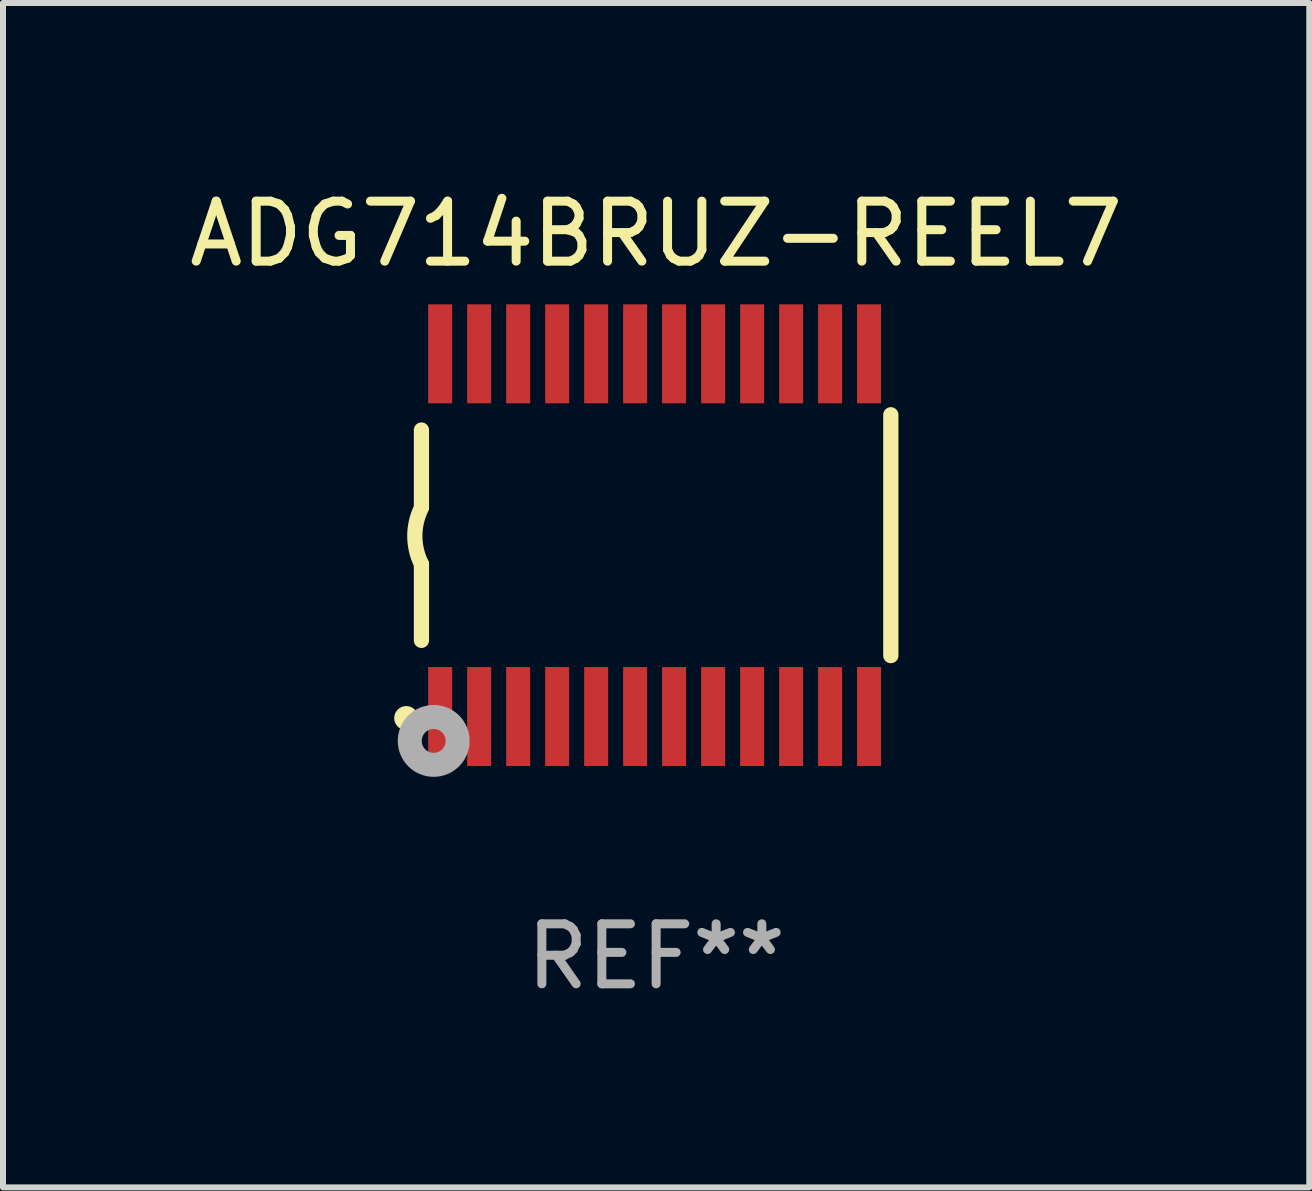
<source format=kicad_pcb>
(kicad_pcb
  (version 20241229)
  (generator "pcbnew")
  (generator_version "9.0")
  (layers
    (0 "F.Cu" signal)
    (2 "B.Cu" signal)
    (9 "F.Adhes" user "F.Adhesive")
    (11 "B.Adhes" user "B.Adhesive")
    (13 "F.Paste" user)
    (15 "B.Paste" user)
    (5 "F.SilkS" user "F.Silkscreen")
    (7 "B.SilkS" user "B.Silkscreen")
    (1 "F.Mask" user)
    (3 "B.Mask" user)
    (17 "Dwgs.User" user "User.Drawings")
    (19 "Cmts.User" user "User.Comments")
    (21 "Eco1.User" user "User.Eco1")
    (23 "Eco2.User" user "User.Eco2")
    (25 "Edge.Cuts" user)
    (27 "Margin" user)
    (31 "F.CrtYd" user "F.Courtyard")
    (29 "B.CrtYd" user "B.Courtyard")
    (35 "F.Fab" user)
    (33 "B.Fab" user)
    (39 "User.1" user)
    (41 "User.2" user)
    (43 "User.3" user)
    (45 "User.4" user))
  (footprint "ADG714BRUZ-REEL7"
    (layer "F.Cu")
    (at 7.887 5.871)
    (property "Reference" "ADG714BRUZ-REEL7" (at 0 -5.023 0) (layer "F.SilkS") (effects (font (size 1 1) (thickness 0.15))))
    (attr through_hole)
    (fp_line (start -3.912 -0.483) (end -3.912 -1.753) (stroke (width 0.254) (type solid)) (layer "F.SilkS"))
    (fp_line (start -3.912 1.753) (end -3.912 0.483) (stroke (width 0.254) (type solid)) (layer "F.SilkS"))
    (fp_line (start 3.912 -2.007) (end 3.912 2.007) (stroke (width 0.254) (type solid)) (layer "F.SilkS"))
    (fp_arc (start -3.911608 0.482601) (mid -4.022537 0.0127) (end -3.911608 -0.457201) (stroke (width 0.254001) (type solid)) (layer "F.SilkS"))
    (fp_circle (center -4.166 3.048) (end -4.066 3.048) (stroke (width 0.2) (type solid)) (fill no) (layer "F.SilkS"))
    (fp_circle (center -3.925 3.186) (end -3.895 3.186) (stroke (width 0.06) (type solid)) (fill no) (layer "F.SilkS"))
    (fp_circle (center -3.708 3.429) (end -3.509 3.429) (stroke (width 0.4) (type solid)) (fill no) (layer "F.Fab"))
    (fp_text user "REF**" (at 0 7.023 0) (layer "F.Fab") (effects (font (size 1 1) (thickness 0.15))))
    (pad "1" smd rect (at -3.6 3.023) (size 0.4 1.65) (layers "F.Cu" "F.Mask" "F.Paste"))
    (pad "2" smd rect (at -2.95 3.023) (size 0.4 1.65) (layers "F.Cu" "F.Mask" "F.Paste"))
    (pad "3" smd rect (at -2.3 3.023) (size 0.4 1.65) (layers "F.Cu" "F.Mask" "F.Paste"))
    (pad "4" smd rect (at -1.65 3.023) (size 0.4 1.65) (layers "F.Cu" "F.Mask" "F.Paste"))
    (pad "5" smd rect (at -1 3.023) (size 0.4 1.65) (layers "F.Cu" "F.Mask" "F.Paste"))
    (pad "6" smd rect (at -0.35 3.023) (size 0.4 1.65) (layers "F.Cu" "F.Mask" "F.Paste"))
    (pad "7" smd rect (at 0.299 3.023) (size 0.4 1.65) (layers "F.Cu" "F.Mask" "F.Paste"))
    (pad "8" smd rect (at 0.95 3.023) (size 0.4 1.65) (layers "F.Cu" "F.Mask" "F.Paste"))
    (pad "9" smd rect (at 1.6 3.023) (size 0.4 1.65) (layers "F.Cu" "F.Mask" "F.Paste"))
    (pad "10" smd rect (at 2.25 3.023) (size 0.4 1.65) (layers "F.Cu" "F.Mask" "F.Paste"))
    (pad "11" smd rect (at 2.9 3.023) (size 0.4 1.65) (layers "F.Cu" "F.Mask" "F.Paste"))
    (pad "12" smd rect (at 3.549 3.023) (size 0.4 1.65) (layers "F.Cu" "F.Mask" "F.Paste"))
    (pad "13" smd rect (at 3.549 -3.023) (size 0.4 1.65) (layers "F.Cu" "F.Mask" "F.Paste"))
    (pad "14" smd rect (at 2.9 -3.023) (size 0.4 1.65) (layers "F.Cu" "F.Mask" "F.Paste"))
    (pad "15" smd rect (at 2.25 -3.023) (size 0.4 1.65) (layers "F.Cu" "F.Mask" "F.Paste"))
    (pad "16" smd rect (at 1.6 -3.023) (size 0.4 1.65) (layers "F.Cu" "F.Mask" "F.Paste"))
    (pad "17" smd rect (at 0.95 -3.023) (size 0.4 1.65) (layers "F.Cu" "F.Mask" "F.Paste"))
    (pad "18" smd rect (at 0.299 -3.023) (size 0.4 1.65) (layers "F.Cu" "F.Mask" "F.Paste"))
    (pad "19" smd rect (at -0.35 -3.023) (size 0.4 1.65) (layers "F.Cu" "F.Mask" "F.Paste"))
    (pad "20" smd rect (at -1 -3.023) (size 0.4 1.65) (layers "F.Cu" "F.Mask" "F.Paste"))
    (pad "21" smd rect (at -1.65 -3.023) (size 0.4 1.65) (layers "F.Cu" "F.Mask" "F.Paste"))
    (pad "22" smd rect (at -2.3 -3.023) (size 0.4 1.65) (layers "F.Cu" "F.Mask" "F.Paste"))
    (pad "23" smd rect (at -2.95 -3.023) (size 0.4 1.65) (layers "F.Cu" "F.Mask" "F.Paste"))
    (pad "24" smd rect (at -3.6 -3.023) (size 0.4 1.65) (layers "F.Cu" "F.Mask" "F.Paste")))
  (gr_rect
    (start -3 -3)
    (end 18.774 16.742)
    (stroke (width 0.1) (type default))
    (fill no)
    (layer "Edge.Cuts")))
</source>
